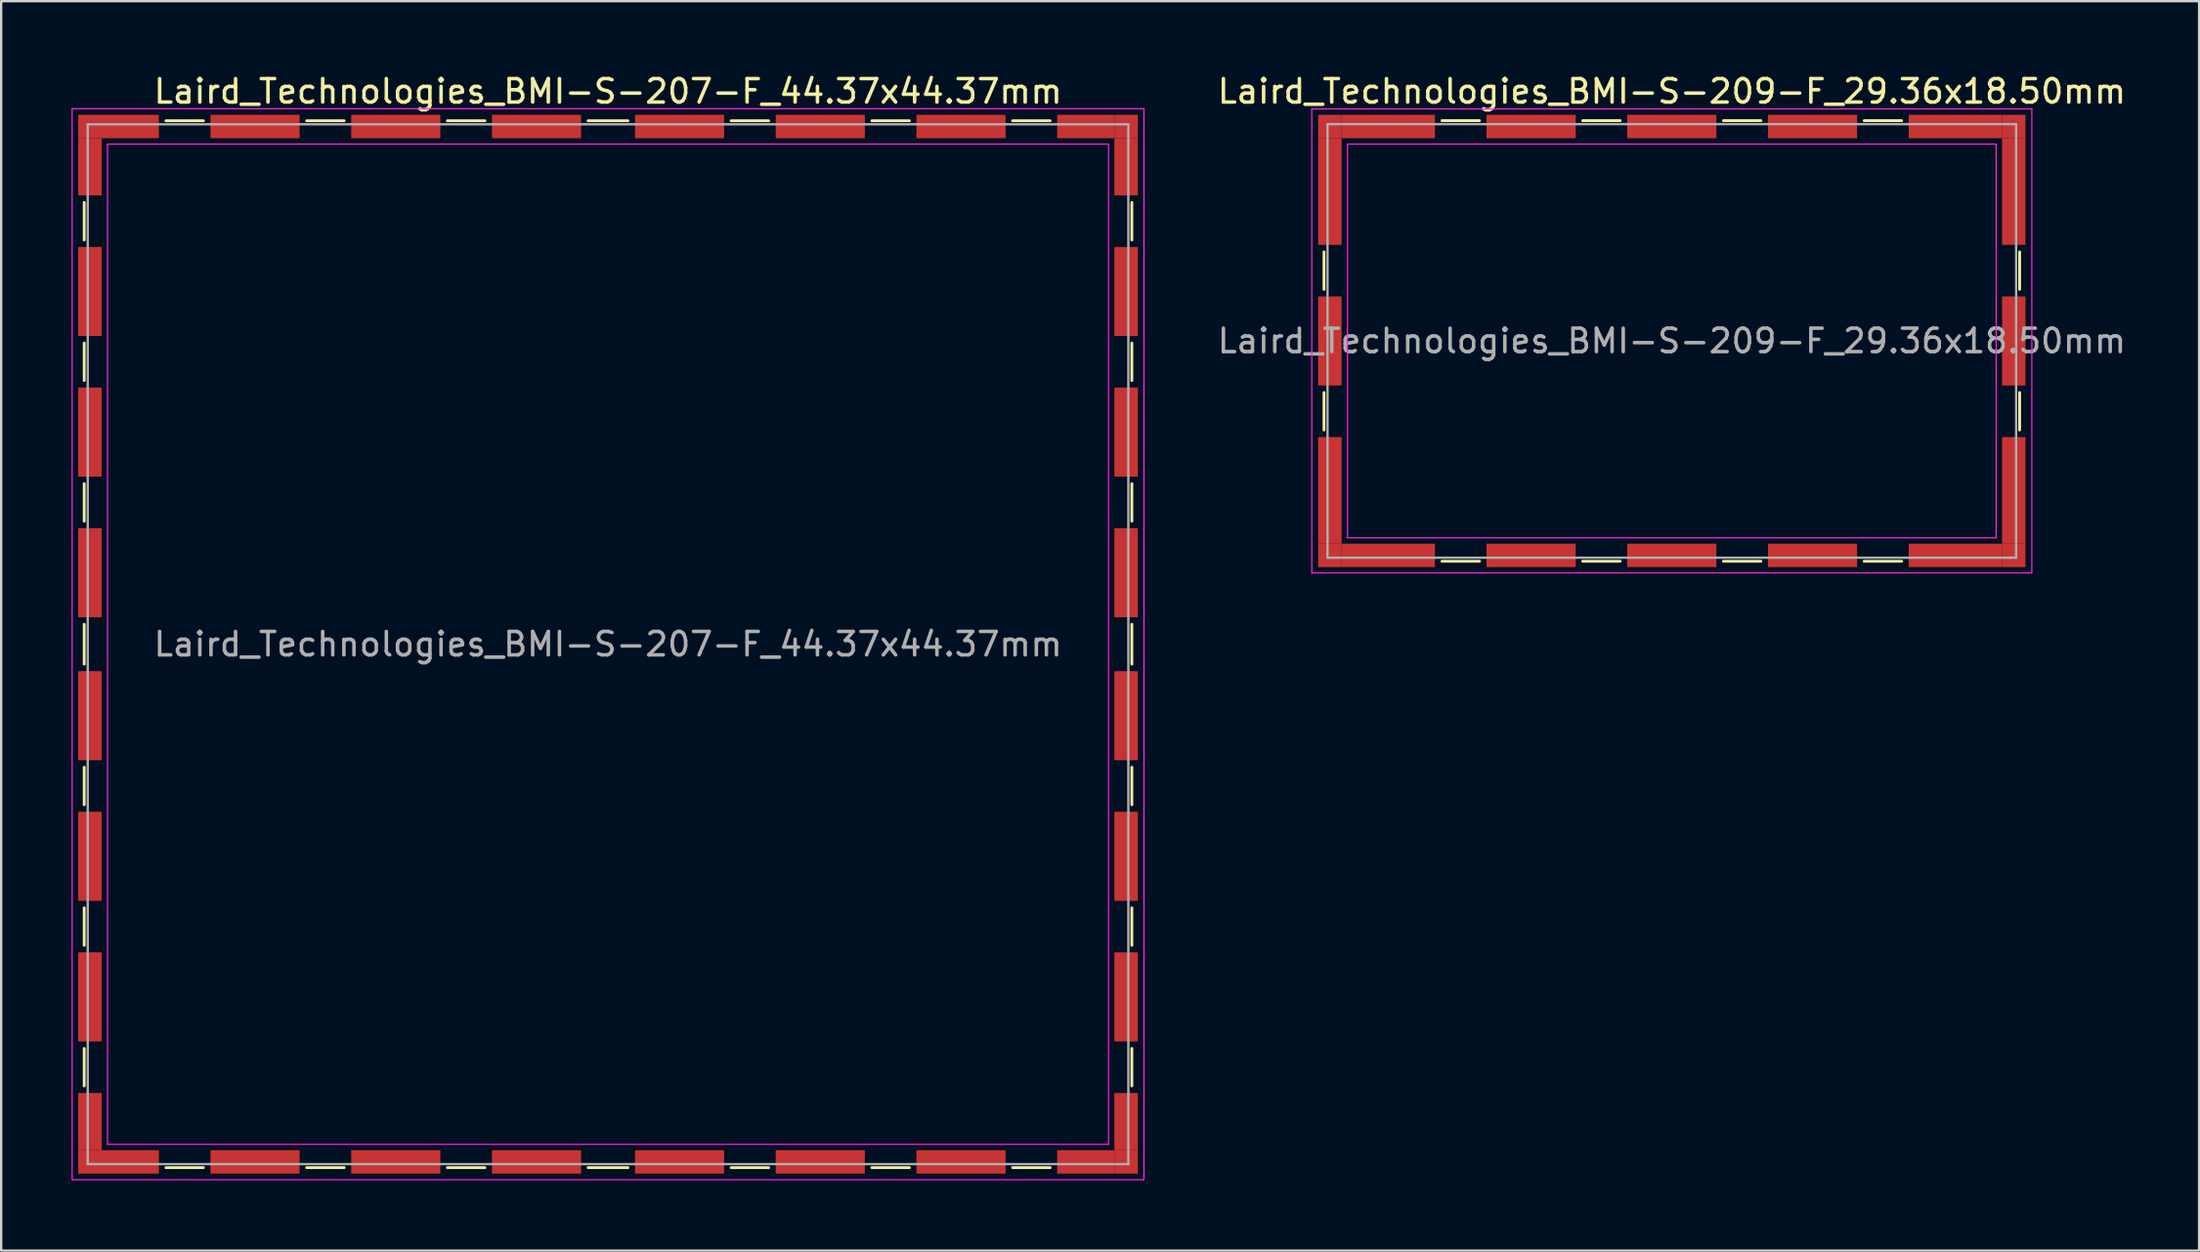
<source format=kicad_pcb>
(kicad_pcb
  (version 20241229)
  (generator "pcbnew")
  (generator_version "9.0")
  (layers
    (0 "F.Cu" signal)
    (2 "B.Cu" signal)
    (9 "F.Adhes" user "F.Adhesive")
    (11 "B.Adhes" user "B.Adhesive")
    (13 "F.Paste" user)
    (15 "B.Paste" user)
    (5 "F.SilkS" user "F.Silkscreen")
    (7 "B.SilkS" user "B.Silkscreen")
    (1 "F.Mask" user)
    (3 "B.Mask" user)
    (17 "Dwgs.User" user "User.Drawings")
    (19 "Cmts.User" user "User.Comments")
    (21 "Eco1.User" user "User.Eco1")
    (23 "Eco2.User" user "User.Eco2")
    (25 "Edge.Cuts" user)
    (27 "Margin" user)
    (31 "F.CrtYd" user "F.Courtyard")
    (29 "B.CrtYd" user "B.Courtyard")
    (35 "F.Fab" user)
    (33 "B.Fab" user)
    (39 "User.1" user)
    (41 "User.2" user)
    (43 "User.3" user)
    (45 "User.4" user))
  (footprint "Laird_Technologies_BMI-S-209-F_29.36x18.50mm"
    (layer "F.Cu")
    (at 68.232 11.498)
    (property "Reference" "Laird_Technologies_BMI-S-209-F_29.36x18.50mm" (at 0 -10.65 0) (layer "F.SilkS") (effects (font (size 1 1) (thickness 0.15))))
    (attr smd)
    (fp_line (start -14.83 -3.8) (end -14.83 -2.2) (stroke (width 0.12) (type solid)) (layer "F.SilkS"))
    (fp_line (start -14.83 2.2) (end -14.83 3.8) (stroke (width 0.12) (type solid)) (layer "F.SilkS"))
    (fp_line (start -9.8 -9.4) (end -8.2 -9.4) (stroke (width 0.12) (type solid)) (layer "F.SilkS"))
    (fp_line (start -9.8 9.4) (end -8.2 9.4) (stroke (width 0.12) (type solid)) (layer "F.SilkS"))
    (fp_line (start -3.8 -9.4) (end -2.2 -9.4) (stroke (width 0.12) (type solid)) (layer "F.SilkS"))
    (fp_line (start -3.8 9.4) (end -2.2 9.4) (stroke (width 0.12) (type solid)) (layer "F.SilkS"))
    (fp_line (start 2.2 -9.4) (end 3.8 -9.4) (stroke (width 0.12) (type solid)) (layer "F.SilkS"))
    (fp_line (start 2.2 9.4) (end 3.8 9.4) (stroke (width 0.12) (type solid)) (layer "F.SilkS"))
    (fp_line (start 8.2 -9.4) (end 9.8 -9.4) (stroke (width 0.12) (type solid)) (layer "F.SilkS"))
    (fp_line (start 8.2 9.4) (end 9.8 9.4) (stroke (width 0.12) (type solid)) (layer "F.SilkS"))
    (fp_line (start 14.83 -3.8) (end 14.83 -2.2) (stroke (width 0.12) (type solid)) (layer "F.SilkS"))
    (fp_line (start 14.83 2.2) (end 14.83 3.8) (stroke (width 0.12) (type solid)) (layer "F.SilkS"))
    (fp_line (start -15.35 -9.9) (end -15.35 9.9) (stroke (width 0.05) (type solid)) (layer "F.CrtYd"))
    (fp_line (start -15.35 9.9) (end 15.35 9.9) (stroke (width 0.05) (type solid)) (layer "F.CrtYd"))
    (fp_line (start -13.83 -8.4) (end -13.83 8.4) (stroke (width 0.05) (type solid)) (layer "F.CrtYd"))
    (fp_line (start 13.83 -8.4) (end -13.83 -8.4) (stroke (width 0.05) (type solid)) (layer "F.CrtYd"))
    (fp_line (start 13.83 -8.4) (end 13.83 8.4) (stroke (width 0.05) (type solid)) (layer "F.CrtYd"))
    (fp_line (start 13.83 8.4) (end -13.83 8.4) (stroke (width 0.05) (type solid)) (layer "F.CrtYd"))
    (fp_line (start 15.35 -9.9) (end -15.35 -9.9) (stroke (width 0.05) (type solid)) (layer "F.CrtYd"))
    (fp_line (start 15.35 9.9) (end 15.35 -9.9) (stroke (width 0.05) (type solid)) (layer "F.CrtYd"))
    (fp_line (start -14.68 -9.25) (end -14.68 9.25) (stroke (width 0.1) (type solid)) (layer "F.Fab"))
    (fp_line (start -14.68 9.25) (end 14.68 9.25) (stroke (width 0.1) (type solid)) (layer "F.Fab"))
    (fp_line (start 14.68 -9.25) (end -14.68 -9.25) (stroke (width 0.1) (type solid)) (layer "F.Fab"))
    (fp_line (start 14.68 9.25) (end 14.68 -9.25) (stroke (width 0.1) (type solid)) (layer "F.Fab"))
    (fp_text user "${REFERENCE}" (at 0 0 0) (layer "F.Fab") (effects (font (size 1 1) (thickness 0.15))))
    (pad "1" smd rect (at -14.58 -9.15) (size 1 1) (layers "F.Cu" "F.Mask" "F.Paste"))
    (pad "1" smd rect (at -14.58 -6.375) (size 1 4.55) (layers "F.Cu" "F.Mask" "F.Paste"))
    (pad "1" smd rect (at -14.58 0) (size 1 3.8) (layers "F.Cu" "F.Mask" "F.Paste"))
    (pad "1" smd rect (at -14.58 6.375) (size 1 4.55) (layers "F.Cu" "F.Mask" "F.Paste"))
    (pad "1" smd rect (at -14.58 9.15) (size 1 1) (layers "F.Cu" "F.Mask" "F.Paste"))
    (pad "1" smd rect (at -12.09 -9.15) (size 3.98 1) (layers "F.Cu" "F.Mask" "F.Paste"))
    (pad "1" smd rect (at -12.09 9.15) (size 3.98 1) (layers "F.Cu" "F.Mask" "F.Paste"))
    (pad "1" smd rect (at -6 -9.15) (size 3.8 1) (layers "F.Cu" "F.Mask" "F.Paste"))
    (pad "1" smd rect (at -6 9.15) (size 3.8 1) (layers "F.Cu" "F.Mask" "F.Paste"))
    (pad "1" smd rect (at 0 -9.15) (size 3.8 1) (layers "F.Cu" "F.Mask" "F.Paste"))
    (pad "1" smd rect (at 0 9.15) (size 3.8 1) (layers "F.Cu" "F.Mask" "F.Paste"))
    (pad "1" smd rect (at 6 -9.15) (size 3.8 1) (layers "F.Cu" "F.Mask" "F.Paste"))
    (pad "1" smd rect (at 6 9.15) (size 3.8 1) (layers "F.Cu" "F.Mask" "F.Paste"))
    (pad "1" smd rect (at 12.09 -9.15) (size 3.98 1) (layers "F.Cu" "F.Mask" "F.Paste"))
    (pad "1" smd rect (at 12.09 9.15) (size 3.98 1) (layers "F.Cu" "F.Mask" "F.Paste"))
    (pad "1" smd rect (at 14.58 -9.15) (size 1 1) (layers "F.Cu" "F.Mask" "F.Paste"))
    (pad "1" smd rect (at 14.58 -6.375) (size 1 4.55) (layers "F.Cu" "F.Mask" "F.Paste"))
    (pad "1" smd rect (at 14.58 0) (size 1 3.8) (layers "F.Cu" "F.Mask" "F.Paste"))
    (pad "1" smd rect (at 14.58 6.375) (size 1 4.55) (layers "F.Cu" "F.Mask" "F.Paste"))
    (pad "1" smd rect (at 14.58 9.15) (size 1 1) (layers "F.Cu" "F.Mask" "F.Paste")))
  (footprint "Laird_Technologies_BMI-S-207-F_44.37x44.37mm"
    (layer "F.Cu")
    (at 22.875 24.438)
    (property "Reference" "Laird_Technologies_BMI-S-207-F_44.37x44.37mm" (at 0 -23.59 0) (layer "F.SilkS") (effects (font (size 1 1) (thickness 0.15))))
    (attr smd)
    (fp_line (start -22.335 -18.85) (end -22.335 -17.25) (stroke (width 0.12) (type solid)) (layer "F.SilkS"))
    (fp_line (start -22.335 -12.85) (end -22.335 -11.25) (stroke (width 0.12) (type solid)) (layer "F.SilkS"))
    (fp_line (start -22.335 -6.85) (end -22.335 -5.25) (stroke (width 0.12) (type solid)) (layer "F.SilkS"))
    (fp_line (start -22.335 -0.85) (end -22.335 0.85) (stroke (width 0.12) (type solid)) (layer "F.SilkS"))
    (fp_line (start -22.335 5.25) (end -22.335 6.85) (stroke (width 0.12) (type solid)) (layer "F.SilkS"))
    (fp_line (start -22.335 11.25) (end -22.335 12.85) (stroke (width 0.12) (type solid)) (layer "F.SilkS"))
    (fp_line (start -22.335 17.25) (end -22.335 18.85) (stroke (width 0.12) (type solid)) (layer "F.SilkS"))
    (fp_line (start -18.85 -22.335) (end -17.25 -22.335) (stroke (width 0.12) (type solid)) (layer "F.SilkS"))
    (fp_line (start -18.85 22.335) (end -17.25 22.335) (stroke (width 0.12) (type solid)) (layer "F.SilkS"))
    (fp_line (start -12.85 -22.335) (end -11.25 -22.335) (stroke (width 0.12) (type solid)) (layer "F.SilkS"))
    (fp_line (start -12.85 22.335) (end -11.25 22.335) (stroke (width 0.12) (type solid)) (layer "F.SilkS"))
    (fp_line (start -6.85 -22.335) (end -5.25 -22.335) (stroke (width 0.12) (type solid)) (layer "F.SilkS"))
    (fp_line (start -6.85 22.335) (end -5.25 22.335) (stroke (width 0.12) (type solid)) (layer "F.SilkS"))
    (fp_line (start -0.85 -22.335) (end 0.85 -22.335) (stroke (width 0.12) (type solid)) (layer "F.SilkS"))
    (fp_line (start -0.85 22.335) (end 0.85 22.335) (stroke (width 0.12) (type solid)) (layer "F.SilkS"))
    (fp_line (start 5.25 -22.335) (end 6.85 -22.335) (stroke (width 0.12) (type solid)) (layer "F.SilkS"))
    (fp_line (start 5.25 22.335) (end 6.85 22.335) (stroke (width 0.12) (type solid)) (layer "F.SilkS"))
    (fp_line (start 11.25 -22.335) (end 12.85 -22.335) (stroke (width 0.12) (type solid)) (layer "F.SilkS"))
    (fp_line (start 11.25 22.335) (end 12.85 22.335) (stroke (width 0.12) (type solid)) (layer "F.SilkS"))
    (fp_line (start 17.25 -22.335) (end 18.85 -22.335) (stroke (width 0.12) (type solid)) (layer "F.SilkS"))
    (fp_line (start 17.25 22.335) (end 18.85 22.335) (stroke (width 0.12) (type solid)) (layer "F.SilkS"))
    (fp_line (start 22.335 -18.85) (end 22.335 -17.25) (stroke (width 0.12) (type solid)) (layer "F.SilkS"))
    (fp_line (start 22.335 -12.85) (end 22.335 -11.25) (stroke (width 0.12) (type solid)) (layer "F.SilkS"))
    (fp_line (start 22.335 -6.85) (end 22.335 -5.25) (stroke (width 0.12) (type solid)) (layer "F.SilkS"))
    (fp_line (start 22.335 -0.85) (end 22.335 0.85) (stroke (width 0.12) (type solid)) (layer "F.SilkS"))
    (fp_line (start 22.335 5.25) (end 22.335 6.85) (stroke (width 0.12) (type solid)) (layer "F.SilkS"))
    (fp_line (start 22.335 11.25) (end 22.335 12.85) (stroke (width 0.12) (type solid)) (layer "F.SilkS"))
    (fp_line (start 22.335 17.25) (end 22.335 18.85) (stroke (width 0.12) (type solid)) (layer "F.SilkS"))
    (fp_line (start -22.85 -22.85) (end -22.85 22.85) (stroke (width 0.05) (type solid)) (layer "F.CrtYd"))
    (fp_line (start -22.85 22.85) (end 22.85 22.85) (stroke (width 0.05) (type solid)) (layer "F.CrtYd"))
    (fp_line (start -21.34 -21.34) (end -21.34 21.34) (stroke (width 0.05) (type solid)) (layer "F.CrtYd"))
    (fp_line (start 21.34 -21.34) (end -21.34 -21.34) (stroke (width 0.05) (type solid)) (layer "F.CrtYd"))
    (fp_line (start 21.34 -21.34) (end 21.34 21.34) (stroke (width 0.05) (type solid)) (layer "F.CrtYd"))
    (fp_line (start 21.34 21.34) (end -21.34 21.34) (stroke (width 0.05) (type solid)) (layer "F.CrtYd"))
    (fp_line (start 22.85 -22.85) (end -22.85 -22.85) (stroke (width 0.05) (type solid)) (layer "F.CrtYd"))
    (fp_line (start 22.85 22.85) (end 22.85 -22.85) (stroke (width 0.05) (type solid)) (layer "F.CrtYd"))
    (fp_line (start -22.185 -22.185) (end -22.185 22.185) (stroke (width 0.1) (type solid)) (layer "F.Fab"))
    (fp_line (start -22.185 22.185) (end 22.185 22.185) (stroke (width 0.1) (type solid)) (layer "F.Fab"))
    (fp_line (start 22.185 -22.185) (end -22.185 -22.185) (stroke (width 0.1) (type solid)) (layer "F.Fab"))
    (fp_line (start 22.185 22.185) (end 22.185 -22.185) (stroke (width 0.1) (type solid)) (layer "F.Fab"))
    (fp_text user "${REFERENCE}" (at 0 0 0) (layer "F.Fab") (effects (font (size 1 1) (thickness 0.15))))
    (pad "1" smd rect (at -22.09 -22.09) (size 1 1) (layers "F.Cu" "F.Mask" "F.Paste"))
    (pad "1" smd rect (at -22.09 -20.37) (size 1 2.44) (layers "F.Cu" "F.Mask" "F.Paste"))
    (pad "1" smd rect (at -22.09 -15.05) (size 1 3.8) (layers "F.Cu" "F.Mask" "F.Paste"))
    (pad "1" smd rect (at -22.09 -9.05) (size 1 3.8) (layers "F.Cu" "F.Mask" "F.Paste"))
    (pad "1" smd rect (at -22.09 -3.05) (size 1 3.8) (layers "F.Cu" "F.Mask" "F.Paste"))
    (pad "1" smd rect (at -22.09 3.05) (size 1 3.8) (layers "F.Cu" "F.Mask" "F.Paste"))
    (pad "1" smd rect (at -22.09 9.05) (size 1 3.8) (layers "F.Cu" "F.Mask" "F.Paste"))
    (pad "1" smd rect (at -22.09 15.05) (size 1 3.8) (layers "F.Cu" "F.Mask" "F.Paste"))
    (pad "1" smd rect (at -22.09 20.37) (size 1 2.44) (layers "F.Cu" "F.Mask" "F.Paste"))
    (pad "1" smd rect (at -22.09 22.09) (size 1 1) (layers "F.Cu" "F.Mask" "F.Paste"))
    (pad "1" smd rect (at -20.37 -22.09) (size 2.44 1) (layers "F.Cu" "F.Mask" "F.Paste"))
    (pad "1" smd rect (at -20.37 22.09) (size 2.44 1) (layers "F.Cu" "F.Mask" "F.Paste"))
    (pad "1" smd rect (at -15.05 -22.09) (size 3.8 1) (layers "F.Cu" "F.Mask" "F.Paste"))
    (pad "1" smd rect (at -15.05 22.09) (size 3.8 1) (layers "F.Cu" "F.Mask" "F.Paste"))
    (pad "1" smd rect (at -9.05 -22.09) (size 3.8 1) (layers "F.Cu" "F.Mask" "F.Paste"))
    (pad "1" smd rect (at -9.05 22.09) (size 3.8 1) (layers "F.Cu" "F.Mask" "F.Paste"))
    (pad "1" smd rect (at -3.05 -22.09) (size 3.8 1) (layers "F.Cu" "F.Mask" "F.Paste"))
    (pad "1" smd rect (at -3.05 22.09) (size 3.8 1) (layers "F.Cu" "F.Mask" "F.Paste"))
    (pad "1" smd rect (at 3.05 -22.09) (size 3.8 1) (layers "F.Cu" "F.Mask" "F.Paste"))
    (pad "1" smd rect (at 3.05 22.09) (size 3.8 1) (layers "F.Cu" "F.Mask" "F.Paste"))
    (pad "1" smd rect (at 9.05 -22.09) (size 3.8 1) (layers "F.Cu" "F.Mask" "F.Paste"))
    (pad "1" smd rect (at 9.05 22.09) (size 3.8 1) (layers "F.Cu" "F.Mask" "F.Paste"))
    (pad "1" smd rect (at 15.05 -22.09) (size 3.8 1) (layers "F.Cu" "F.Mask" "F.Paste"))
    (pad "1" smd rect (at 15.05 22.09) (size 3.8 1) (layers "F.Cu" "F.Mask" "F.Paste"))
    (pad "1" smd rect (at 20.37 -22.09) (size 2.44 1) (layers "F.Cu" "F.Mask" "F.Paste"))
    (pad "1" smd rect (at 20.37 22.09) (size 2.44 1) (layers "F.Cu" "F.Mask" "F.Paste"))
    (pad "1" smd rect (at 22.09 -22.09) (size 1 1) (layers "F.Cu" "F.Mask" "F.Paste"))
    (pad "1" smd rect (at 22.09 -20.37) (size 1 2.44) (layers "F.Cu" "F.Mask" "F.Paste"))
    (pad "1" smd rect (at 22.09 -15.05) (size 1 3.8) (layers "F.Cu" "F.Mask" "F.Paste"))
    (pad "1" smd rect (at 22.09 -9.05) (size 1 3.8) (layers "F.Cu" "F.Mask" "F.Paste"))
    (pad "1" smd rect (at 22.09 -3.05) (size 1 3.8) (layers "F.Cu" "F.Mask" "F.Paste"))
    (pad "1" smd rect (at 22.09 3.05) (size 1 3.8) (layers "F.Cu" "F.Mask" "F.Paste"))
    (pad "1" smd rect (at 22.09 9.05) (size 1 3.8) (layers "F.Cu" "F.Mask" "F.Paste"))
    (pad "1" smd rect (at 22.09 15.05) (size 1 3.8) (layers "F.Cu" "F.Mask" "F.Paste"))
    (pad "1" smd rect (at 22.09 20.37) (size 1 2.44) (layers "F.Cu" "F.Mask" "F.Paste"))
    (pad "1" smd rect (at 22.09 22.09) (size 1 1) (layers "F.Cu" "F.Mask" "F.Paste")))
  (gr_rect
    (start -3 -3)
    (end 90.714 50.313)
    (stroke (width 0.1) (type default))
    (fill no)
    (layer "Edge.Cuts")))
</source>
